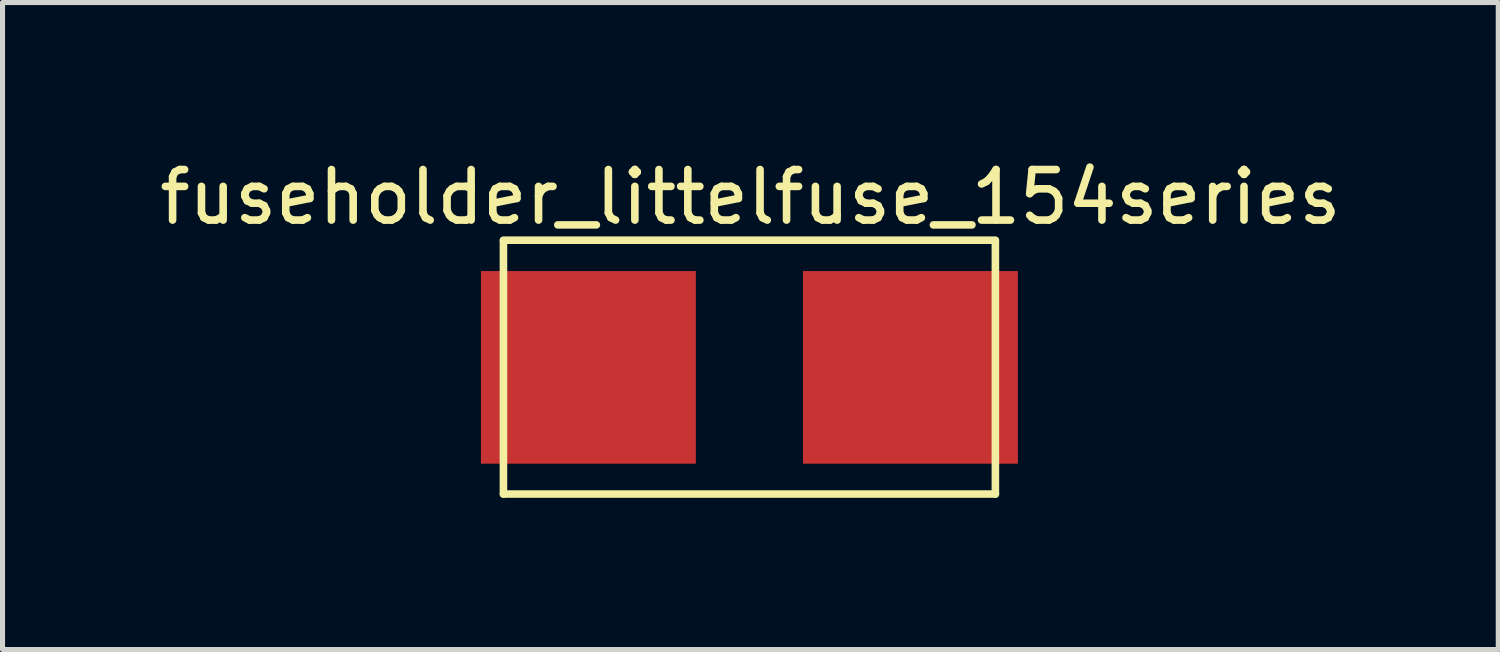
<source format=kicad_pcb>
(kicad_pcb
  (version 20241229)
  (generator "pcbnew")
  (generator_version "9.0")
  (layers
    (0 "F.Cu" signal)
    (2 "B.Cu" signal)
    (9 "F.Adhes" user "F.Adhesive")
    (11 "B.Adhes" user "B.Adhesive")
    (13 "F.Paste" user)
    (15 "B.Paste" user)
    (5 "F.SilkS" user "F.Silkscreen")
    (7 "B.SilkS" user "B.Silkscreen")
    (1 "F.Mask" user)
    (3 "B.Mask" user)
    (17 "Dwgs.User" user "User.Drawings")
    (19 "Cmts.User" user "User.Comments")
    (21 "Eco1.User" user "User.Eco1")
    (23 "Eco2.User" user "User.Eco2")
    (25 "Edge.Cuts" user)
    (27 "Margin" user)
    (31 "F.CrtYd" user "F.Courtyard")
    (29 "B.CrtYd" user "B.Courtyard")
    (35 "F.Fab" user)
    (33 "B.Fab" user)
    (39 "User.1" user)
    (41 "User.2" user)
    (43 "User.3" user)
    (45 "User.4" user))
  (footprint "fuseholder_littelfuse_154series"
    (layer "F.Cu")
    (at 11.772 4.216)
    (property "Reference" "fuseholder_littelfuse_154series" (at 0.02 -3.368 0) (layer "F.SilkS") (effects (font (size 1 1) (thickness 0.15))))
    (attr through_hole)
    (fp_line (start -4.865 -2.515) (end 4.865 -2.515) (stroke (width 0.15) (type solid)) (layer "F.SilkS"))
    (fp_line (start -4.865 2.505) (end -4.865 -2.505) (stroke (width 0.15) (type solid)) (layer "F.SilkS"))
    (fp_line (start 4.865 -2.505) (end 4.865 2.505) (stroke (width 0.15) (type solid)) (layer "F.SilkS"))
    (fp_line (start 4.865 2.505) (end -4.865 2.505) (stroke (width 0.15) (type solid)) (layer "F.SilkS"))
    (pad "1" smd rect (at -3.185 0) (size 4.25 3.81) (layers "F.Cu" "F.Mask" "F.Paste"))
    (pad "2" smd rect (at 3.185 0) (size 4.25 3.81) (layers "F.Cu" "F.Mask" "F.Paste")))
  (gr_rect
    (start -3 -3)
    (end 26.583 9.796)
    (stroke (width 0.1) (type default))
    (fill no)
    (layer "Edge.Cuts")))
</source>
